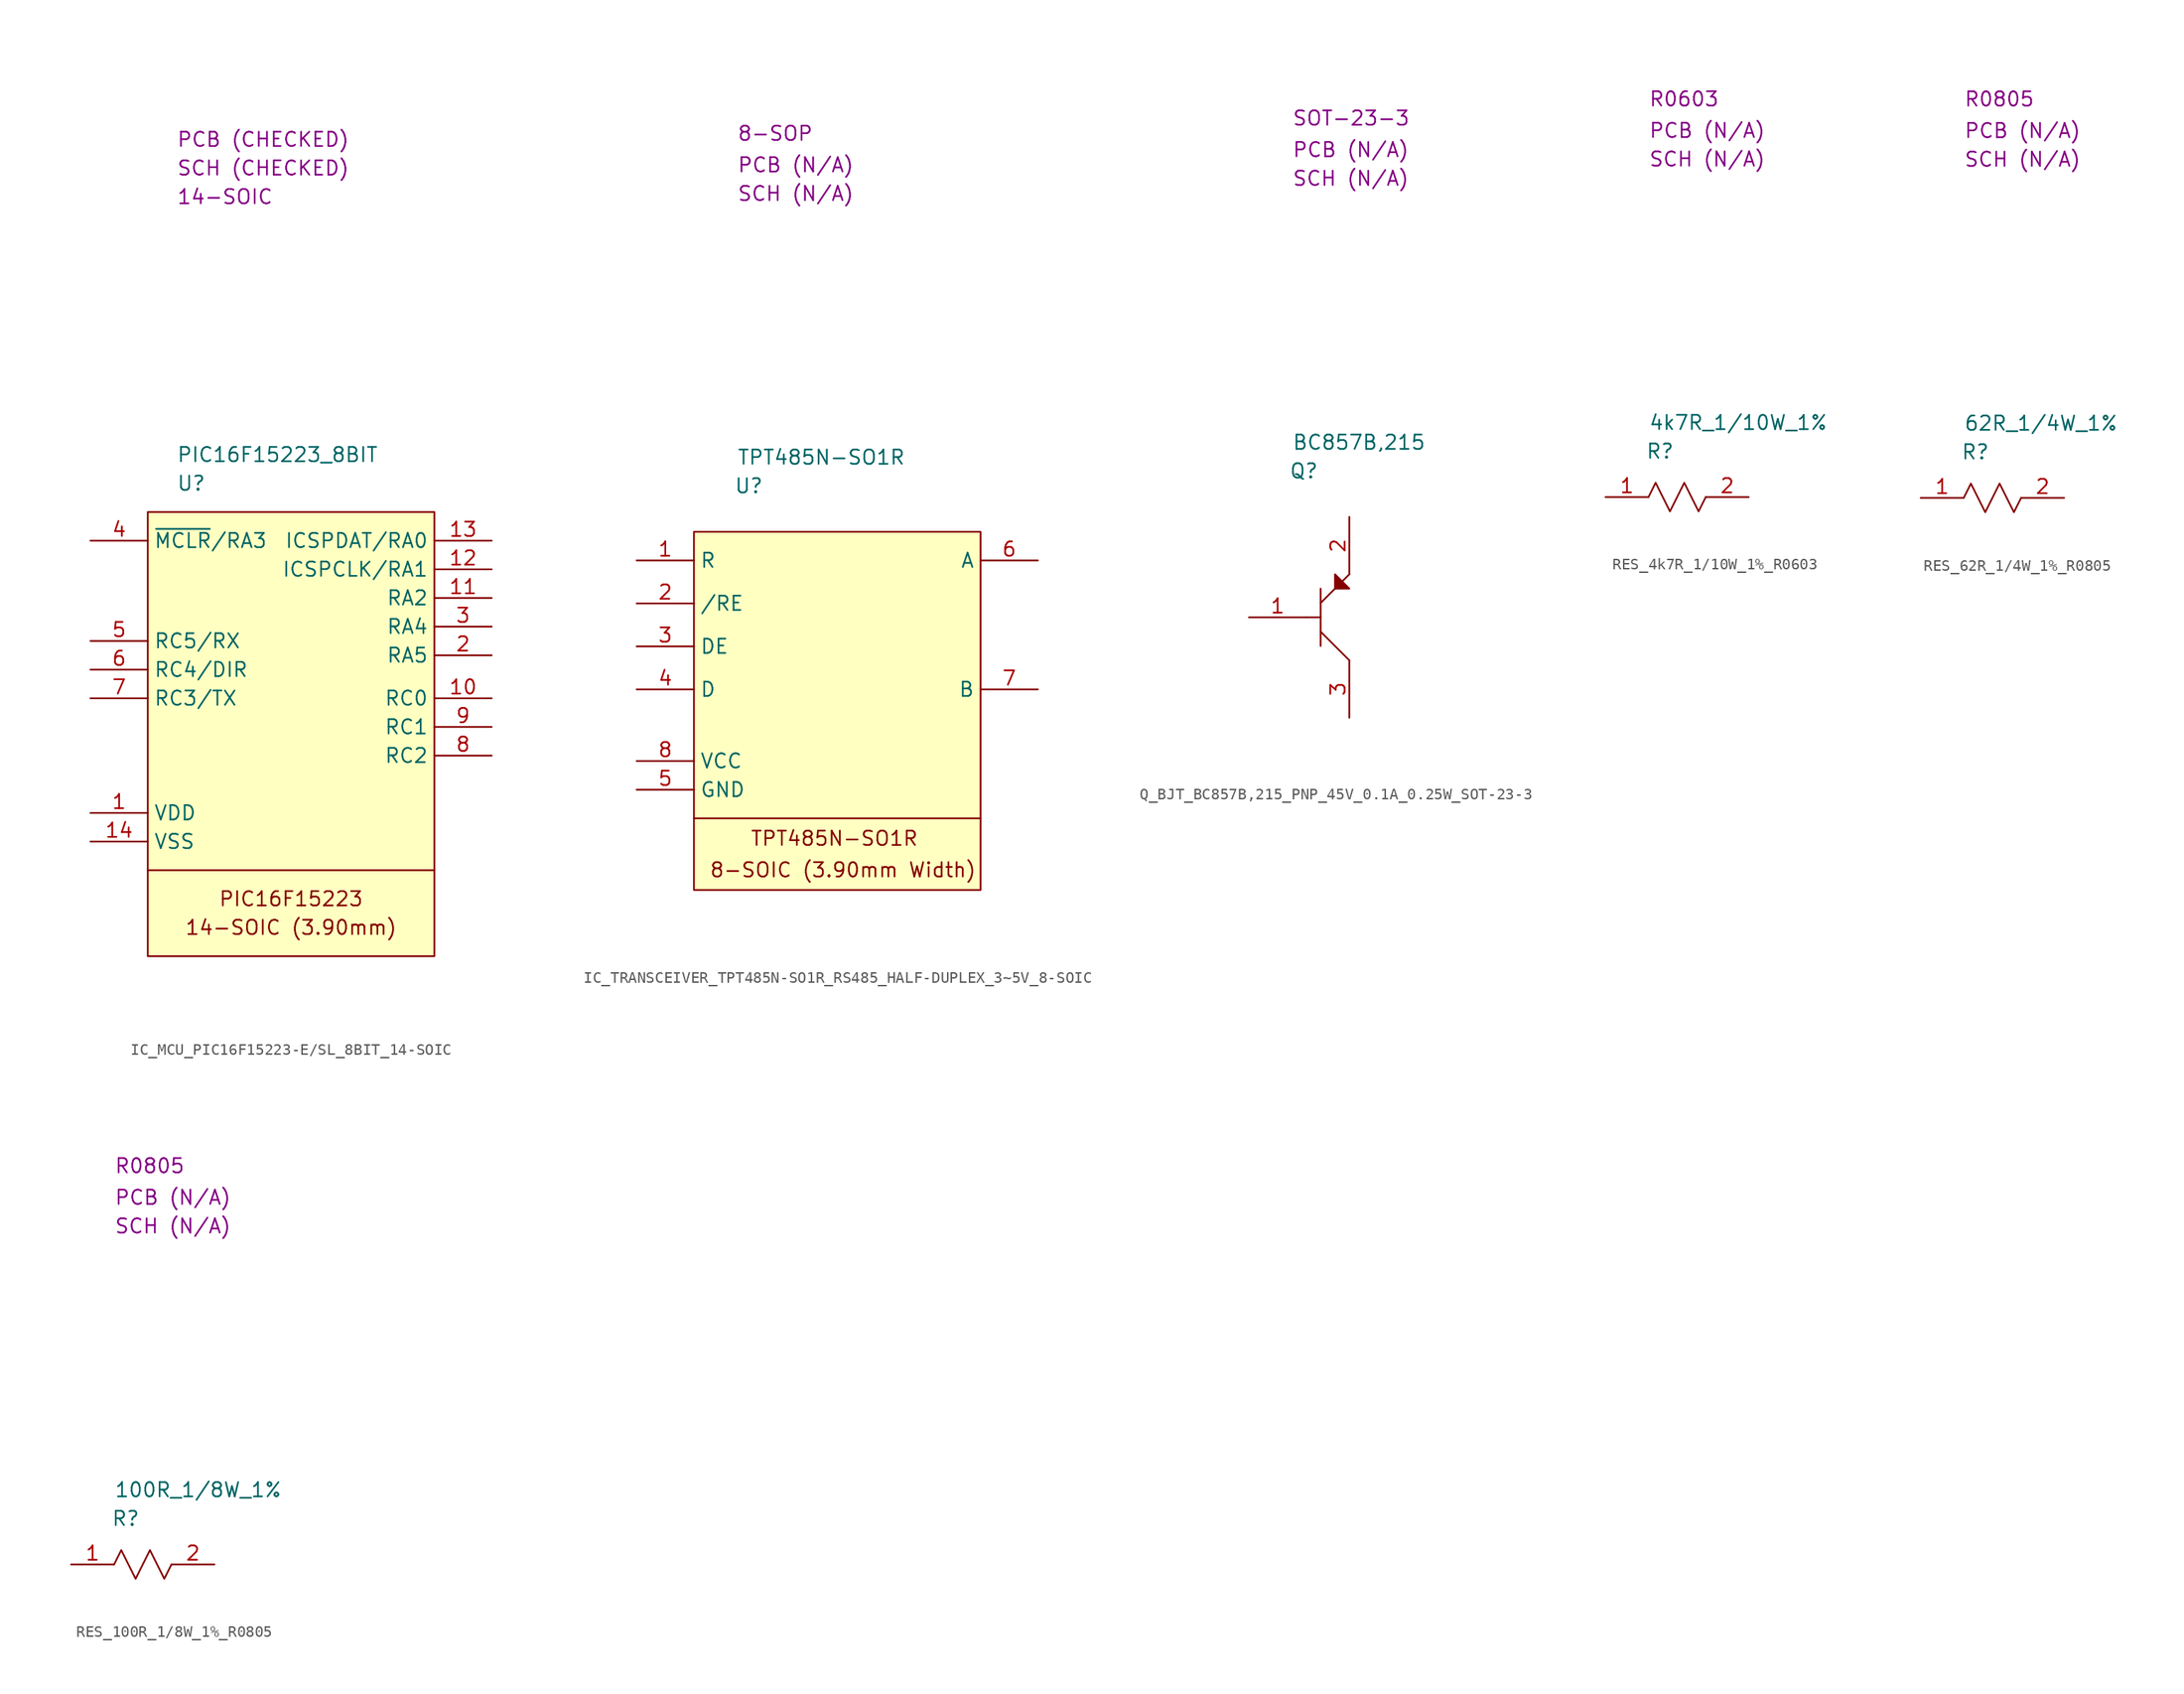
<source format=kicad_sym>
(kicad_symbol_lib
  (version 20231120)
  (generator "kicad_symbol_editor")
  (generator_version "8.0")
  (symbol "IC_MCU_PIC16F15223-E/SL_8BIT_14-SOIC"
    (property "Reference" "U"
      (at 2.54 2.54 0)
      (effects (font (size 1.27 1.27)) (justify left)))
    (property "Value" "PIC16F15223_8BIT"
      (at 2.54 5.08 0)
      (effects (font (size 1.27 1.27)) (justify left)))
    (property "Package" "14-SOIC"
      (at 2.54 27.94 0)
      (effects (font (size 1.27 1.27)) (justify left)))
    (property "SCH CHECK" "SCH (CHECKED)"
      (at 2.54 30.48 0)
      (effects (font (size 1.27 1.27)) (justify left)))
    (property "PCB CHECK" "PCB (CHECKED)"
      (at 2.54 33.02 0)
      (effects (font (size 1.27 1.27)) (justify left)))
    (symbol "IC_MCU_PIC16F15223-E/SL_8BIT_14-SOIC_0_0"
      (text "14-SOIC (3.90mm)" (at 12.7 -36.83 0) (effects (font (size 1.27 1.27))))
      (text "PIC16F15223" (at 12.7 -34.29 0) (effects (font (size 1.27 1.27)))))
    (symbol "IC_MCU_PIC16F15223-E/SL_8BIT_14-SOIC_0_1"
      (polyline (pts (xy 0 -31.75) (xy 25.4 -31.75)) (stroke (width 0) (type default)) (fill (type none)))
      (rectangle (start 0 0) (end 25.4 -39.37) (stroke (width 0) (type default)) (fill (type background))))
    (symbol "IC_MCU_PIC16F15223-E/SL_8BIT_14-SOIC_1_1"
      (pin passive line (at -5.08 -26.67 0) (length 5.08) (name "VDD" (effects (font (size 1.27 1.27)))) (number "1" (effects (font (size 1.27 1.27)))))
      (pin passive line (at 30.48 -16.51 180) (length 5.08) (name "RC0" (effects (font (size 1.27 1.27)))) (number "10" (effects (font (size 1.27 1.27)))))
      (pin passive line (at 30.48 -7.62 180) (length 5.08) (name "RA2" (effects (font (size 1.27 1.27)))) (number "11" (effects (font (size 1.27 1.27)))))
      (pin passive line (at 30.48 -5.08 180) (length 5.08) (name "ICSPCLK/RA1" (effects (font (size 1.27 1.27)))) (number "12" (effects (font (size 1.27 1.27)))))
      (pin passive line (at 30.48 -2.54 180) (length 5.08) (name "ICSPDAT/RA0" (effects (font (size 1.27 1.27)))) (number "13" (effects (font (size 1.27 1.27)))))
      (pin passive line (at -5.08 -29.21 0) (length 5.08) (name "VSS" (effects (font (size 1.27 1.27)))) (number "14" (effects (font (size 1.27 1.27)))))
      (pin passive line (at 30.48 -12.7 180) (length 5.08) (name "RA5" (effects (font (size 1.27 1.27)))) (number "2" (effects (font (size 1.27 1.27)))))
      (pin passive line (at 30.48 -10.16 180) (length 5.08) (name "RA4" (effects (font (size 1.27 1.27)))) (number "3" (effects (font (size 1.27 1.27)))))
      (pin passive line (at -5.08 -2.54 0) (length 5.08) (name "~{MCLR}/RA3" (effects (font (size 1.27 1.27)))) (number "4" (effects (font (size 1.27 1.27)))))
      (pin passive line (at -5.08 -11.43 0) (length 5.08) (name "RC5/RX" (effects (font (size 1.27 1.27)))) (number "5" (effects (font (size 1.27 1.27)))))
      (pin passive line (at -5.08 -13.97 0) (length 5.08) (name "RC4/DIR" (effects (font (size 1.27 1.27)))) (number "6" (effects (font (size 1.27 1.27)))))
      (pin passive line (at -5.08 -16.51 0) (length 5.08) (name "RC3/TX" (effects (font (size 1.27 1.27)))) (number "7" (effects (font (size 1.27 1.27)))))
      (pin passive line (at 30.48 -21.59 180) (length 5.08) (name "RC2" (effects (font (size 1.27 1.27)))) (number "8" (effects (font (size 1.27 1.27)))))
      (pin passive line (at 30.48 -19.05 180) (length 5.08) (name "RC1" (effects (font (size 1.27 1.27)))) (number "9" (effects (font (size 1.27 1.27)))))))
  (symbol "IC_TRANSCEIVER_TPT485N-SO1R_RS485_HALF-DUPLEX_3~5V_8-SOIC"
    (property "Reference" "U"
      (at 3.556 4.064 0)
      (effects (font (size 1.27 1.27)) (justify left)))
    (property "Value" "TPT485N-SO1R"
      (at 3.81 6.604 0)
      (effects (font (size 1.27 1.27)) (justify left)))
    (property "Package" "8-SOP"
      (at 3.81 35.306 0)
      (effects (font (size 1.27 1.27)) (justify left)))
    (property "SCH CHECK" "SCH (N/A)"
      (at 3.81 29.972 0)
      (effects (font (size 1.27 1.27)) (justify left)))
    (property "PCB CHECK" "PCB (N/A)"
      (at 3.81 32.512 0)
      (effects (font (size 1.27 1.27)) (justify left)))
    (symbol "IC_TRANSCEIVER_TPT485N-SO1R_RS485_HALF-DUPLEX_3~5V_8-SOIC_1_1"
      (polyline (pts (xy 0 -25.4) (xy 25.4 -25.4)) (stroke (width 0) (type default)) (fill (type none)))
      (rectangle (start 0 0) (end 25.4 -31.75) (stroke (width 0) (type default)) (fill (type background)))
      (text "8-SOIC (3.90mm Width)" (at 13.208 -29.972 0) (effects (font (size 1.27 1.27))))
      (text "TPT485N-SO1R" (at 12.446 -27.178 0) (effects (font (size 1.27 1.27))))
      (pin passive line (at -5.08 -2.54 0) (length 5.08) (name "R" (effects (font (size 1.27 1.27)))) (number "1" (effects (font (size 1.27 1.27)))))
      (pin passive line (at -5.08 -6.35 0) (length 5.08) (name "/RE" (effects (font (size 1.27 1.27)))) (number "2" (effects (font (size 1.27 1.27)))))
      (pin passive line (at -5.08 -10.16 0) (length 5.08) (name "DE" (effects (font (size 1.27 1.27)))) (number "3" (effects (font (size 1.27 1.27)))))
      (pin passive line (at -5.08 -13.97 0) (length 5.08) (name "D" (effects (font (size 1.27 1.27)))) (number "4" (effects (font (size 1.27 1.27)))))
      (pin passive line (at -5.08 -22.86 0) (length 5.08) (name "GND" (effects (font (size 1.27 1.27)))) (number "5" (effects (font (size 1.27 1.27)))))
      (pin passive line (at 30.48 -2.54 180) (length 5.08) (name "A" (effects (font (size 1.27 1.27)))) (number "6" (effects (font (size 1.27 1.27)))))
      (pin passive line (at 30.48 -13.97 180) (length 5.08) (name "B" (effects (font (size 1.27 1.27)))) (number "7" (effects (font (size 1.27 1.27)))))
      (pin passive line (at -5.08 -20.32 0) (length 5.08) (name "VCC" (effects (font (size 1.27 1.27)))) (number "8" (effects (font (size 1.27 1.27)))))))
  (symbol "Q_BJT_BC857B,215_PNP_45V_0.1A_0.25W_SOT-23-3"
    (property "Reference" "Q"
      (at 3.556 4.064 0)
      (effects (font (size 1.27 1.27)) (justify left)))
    (property "Value" "BC857B,215"
      (at 3.81 6.604 0)
      (effects (font (size 1.27 1.27)) (justify left)))
    (property "Package" "SOT-23-3"
      (at 3.81 35.306 0)
      (effects (font (size 1.27 1.27)) (justify left)))
    (property "SCH CHECK" "SCH (N/A)"
      (at 3.81 29.972 0)
      (effects (font (size 1.27 1.27)) (justify left)))
    (property "PCB CHECK" "PCB (N/A)"
      (at 3.81 32.512 0)
      (effects (font (size 1.27 1.27)) (justify left)))
    (symbol "Q_BJT_BC857B,215_PNP_45V_0.1A_0.25W_SOT-23-3_0_1"
      (polyline (pts (xy 6.35 -10.16) (xy 8.89 -12.7)) (stroke (width 0) (type default)) (fill (type none)))
      (polyline (pts (xy 6.35 -8.89) (xy 5.08 -8.89)) (stroke (width 0) (type default)) (fill (type none)))
      (polyline (pts (xy 6.35 -6.35) (xy 6.35 -11.43)) (stroke (width 0) (type default)) (fill (type none)))
      (polyline (pts (xy 8.89 -5.08) (xy 6.35 -7.62)) (stroke (width 0) (type default)) (fill (type none))))
    (symbol "Q_BJT_BC857B,215_PNP_45V_0.1A_0.25W_SOT-23-3_1_1"
      (polyline (pts (xy 7.62 -6.35) (xy 8.89 -6.35) (xy 7.62 -5.08) (xy 7.62 -6.35)) (stroke (width 0) (type default)) (fill (type outline)))
      (pin passive line (at 0 -8.89 0) (length 5.08) (name "" (effects (font (size 1.27 1.27)))) (number "1" (effects (font (size 1.27 1.27)))))
      (pin passive line (at 8.89 0 270) (length 5.08) (name "" (effects (font (size 1.27 1.27)))) (number "2" (effects (font (size 1.27 1.27)))))
      (pin passive line (at 8.89 -17.78 90) (length 5.08) (name "" (effects (font (size 1.27 1.27)))) (number "3" (effects (font (size 1.27 1.27)))))))
  (symbol "RES_4k7R_1/10W_1%_R0603"
    (property "Reference" "R"
      (at 3.556 4.064 0)
      (effects (font (size 1.27 1.27)) (justify left)))
    (property "Value" "4k7R_1/10W_1%"
      (at 3.81 6.604 0)
      (effects (font (size 1.27 1.27)) (justify left)))
    (property "Package" "R0603"
      (at 3.81 35.306 0)
      (effects (font (size 1.27 1.27)) (justify left)))
    (property "SCH CHECK" "SCH (N/A)"
      (at 3.81 29.972 0)
      (effects (font (size 1.27 1.27)) (justify left)))
    (property "PCB CHECK" "PCB (N/A)"
      (at 3.81 32.512 0)
      (effects (font (size 1.27 1.27)) (justify left)))
    (symbol "RES_4k7R_1/10W_1%_R0603_0_0"
      (polyline (pts (xy 3.81 0) (xy 4.445 1.27) (xy 5.715 -1.27) (xy 6.985 1.27) (xy 8.255 -1.27) (xy 8.89 0)) (stroke (width 0) (type default)) (fill (type none))))
    (symbol "RES_4k7R_1/10W_1%_R0603_1_1"
      (pin passive line (at 0 0 0) (length 3.81) (name "" (effects (font (size 1.27 1.27)))) (number "1" (effects (font (size 1.27 1.27)))))
      (pin passive line (at 12.7 0 180) (length 3.81) (name "" (effects (font (size 1.27 1.27)))) (number "2" (effects (font (size 1.27 1.27)))))))
  (symbol "RES_62R_1/4W_1%_R0805"
    (property "Reference" "R"
      (at 3.556 4.064 0)
      (effects (font (size 1.27 1.27)) (justify left)))
    (property "Value" "62R_1/4W_1%"
      (at 3.81 6.604 0)
      (effects (font (size 1.27 1.27)) (justify left)))
    (property "Package" "R0805"
      (at 3.81 35.306 0)
      (effects (font (size 1.27 1.27)) (justify left)))
    (property "SCH CHECK" "SCH (N/A)"
      (at 3.81 29.972 0)
      (effects (font (size 1.27 1.27)) (justify left)))
    (property "PCB CHECK" "PCB (N/A)"
      (at 3.81 32.512 0)
      (effects (font (size 1.27 1.27)) (justify left)))
    (symbol "RES_62R_1/4W_1%_R0805_0_0"
      (polyline (pts (xy 3.81 0) (xy 4.445 1.27) (xy 5.715 -1.27) (xy 6.985 1.27) (xy 8.255 -1.27) (xy 8.89 0)) (stroke (width 0) (type default)) (fill (type none))))
    (symbol "RES_62R_1/4W_1%_R0805_1_1"
      (pin passive line (at 0 0 0) (length 3.81) (name "" (effects (font (size 1.27 1.27)))) (number "1" (effects (font (size 1.27 1.27)))))
      (pin passive line (at 12.7 0 180) (length 3.81) (name "" (effects (font (size 1.27 1.27)))) (number "2" (effects (font (size 1.27 1.27)))))))
  (symbol "RES_100R_1/8W_1%_R0805"
    (property "Reference" "R"
      (at 3.556 4.064 0)
      (effects (font (size 1.27 1.27)) (justify left)))
    (property "Value" "100R_1/8W_1%"
      (at 3.81 6.604 0)
      (effects (font (size 1.27 1.27)) (justify left)))
    (property "Package" "R0805"
      (at 3.81 35.306 0)
      (effects (font (size 1.27 1.27)) (justify left)))
    (property "SCH CHECK" "SCH (N/A)"
      (at 3.81 29.972 0)
      (effects (font (size 1.27 1.27)) (justify left)))
    (property "PCB CHECK" "PCB (N/A)"
      (at 3.81 32.512 0)
      (effects (font (size 1.27 1.27)) (justify left)))
    (symbol "RES_100R_1/8W_1%_R0805_0_0"
      (polyline (pts (xy 3.81 0) (xy 4.445 1.27) (xy 5.715 -1.27) (xy 6.985 1.27) (xy 8.255 -1.27) (xy 8.89 0)) (stroke (width 0) (type default)) (fill (type none))))
    (symbol "RES_100R_1/8W_1%_R0805_1_1"
      (pin passive line (at 0 0 0) (length 3.81) (name "" (effects (font (size 1.27 1.27)))) (number "1" (effects (font (size 1.27 1.27)))))
      (pin passive line (at 12.7 0 180) (length 3.81) (name "" (effects (font (size 1.27 1.27)))) (number "2" (effects (font (size 1.27 1.27))))))))
</source>
